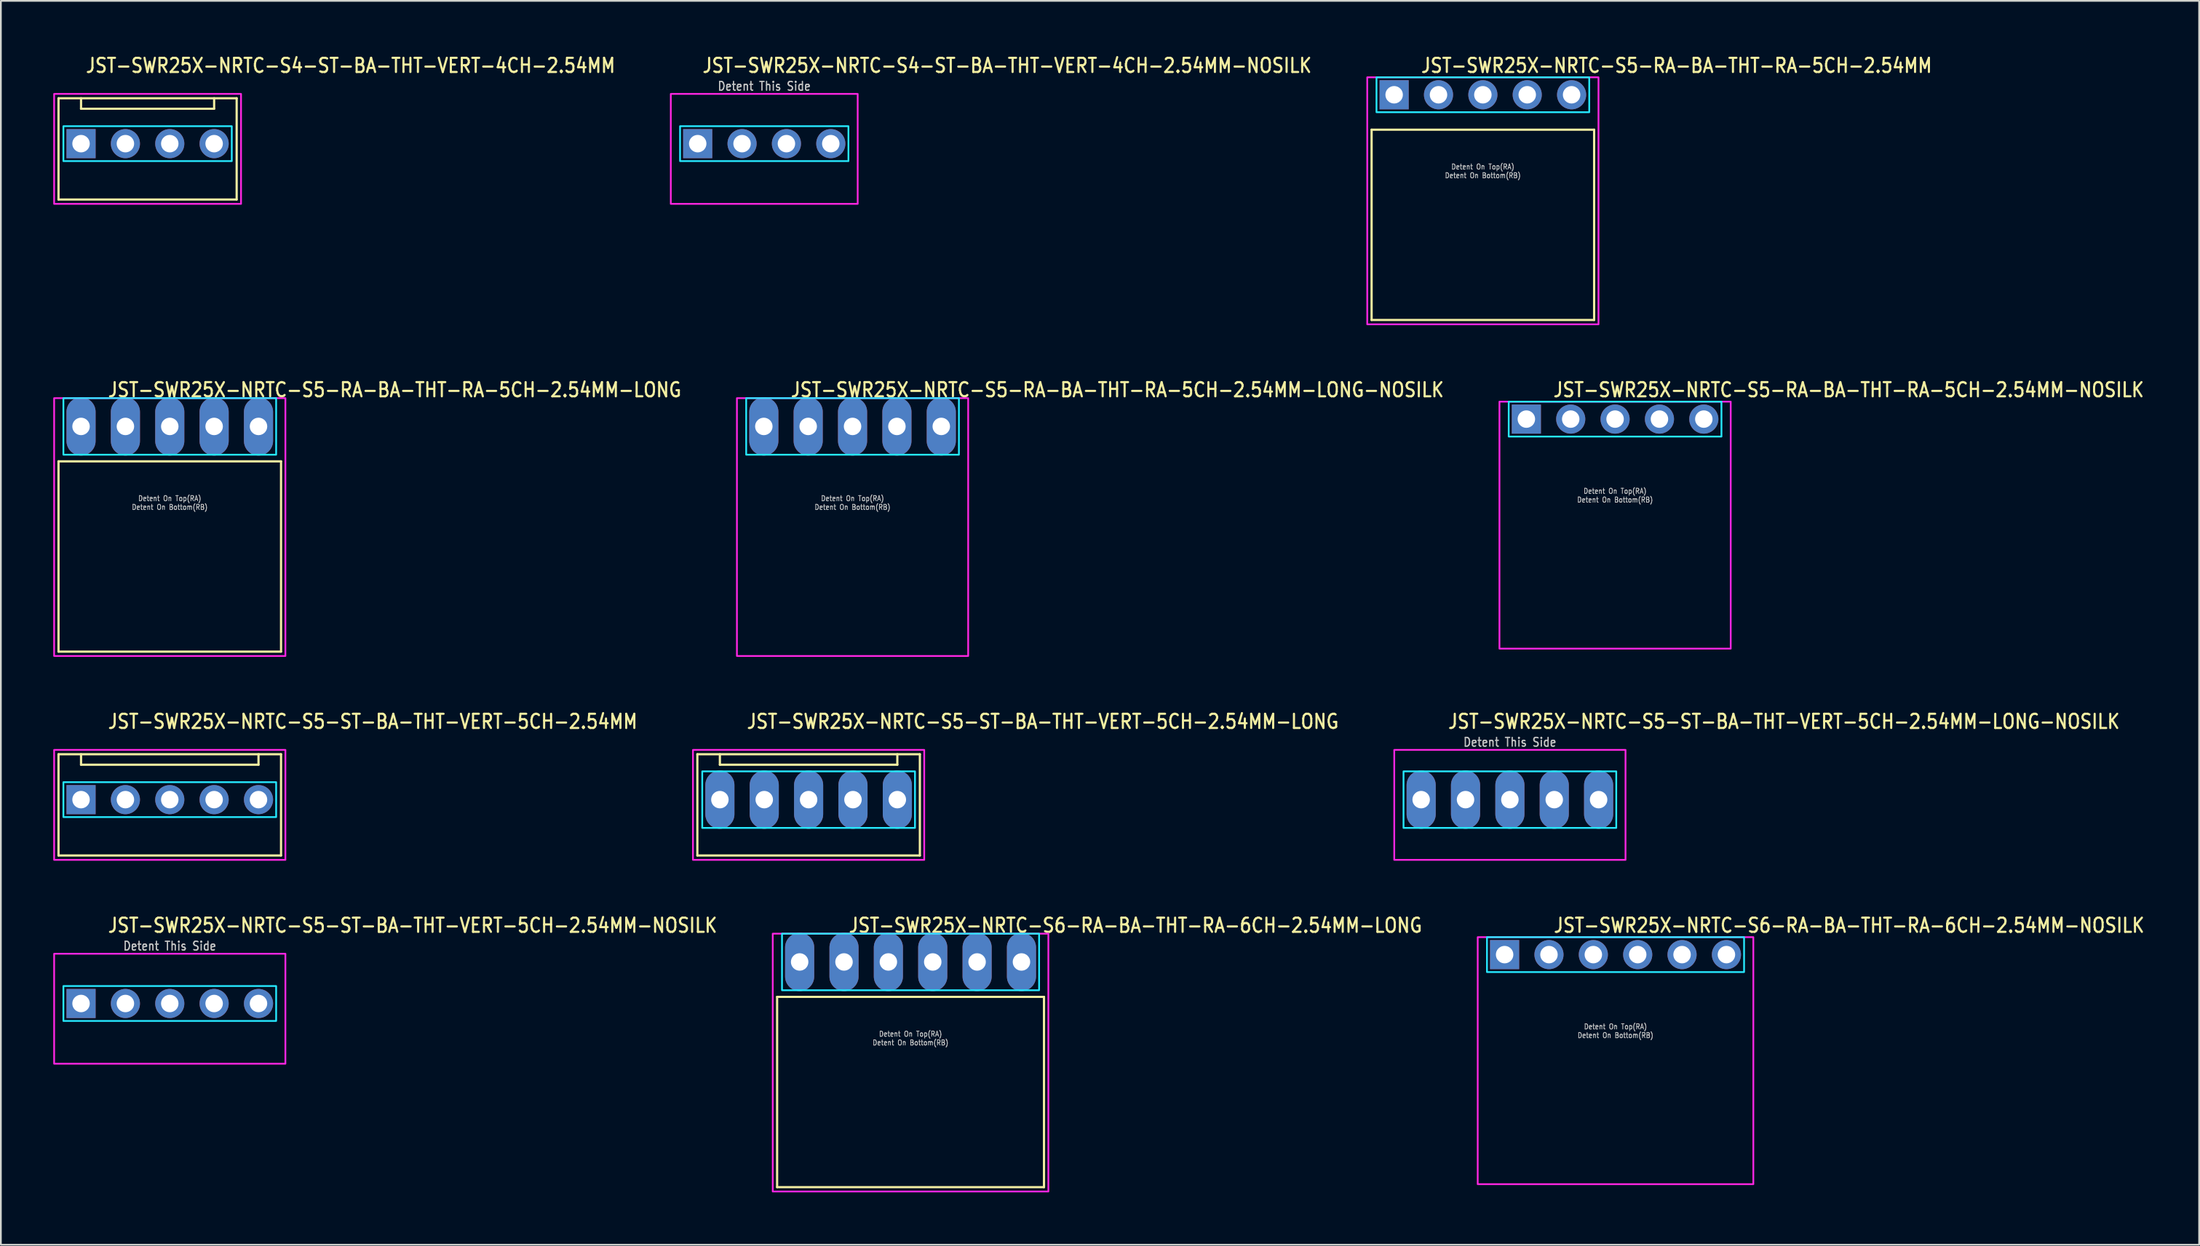
<source format=kicad_pcb>
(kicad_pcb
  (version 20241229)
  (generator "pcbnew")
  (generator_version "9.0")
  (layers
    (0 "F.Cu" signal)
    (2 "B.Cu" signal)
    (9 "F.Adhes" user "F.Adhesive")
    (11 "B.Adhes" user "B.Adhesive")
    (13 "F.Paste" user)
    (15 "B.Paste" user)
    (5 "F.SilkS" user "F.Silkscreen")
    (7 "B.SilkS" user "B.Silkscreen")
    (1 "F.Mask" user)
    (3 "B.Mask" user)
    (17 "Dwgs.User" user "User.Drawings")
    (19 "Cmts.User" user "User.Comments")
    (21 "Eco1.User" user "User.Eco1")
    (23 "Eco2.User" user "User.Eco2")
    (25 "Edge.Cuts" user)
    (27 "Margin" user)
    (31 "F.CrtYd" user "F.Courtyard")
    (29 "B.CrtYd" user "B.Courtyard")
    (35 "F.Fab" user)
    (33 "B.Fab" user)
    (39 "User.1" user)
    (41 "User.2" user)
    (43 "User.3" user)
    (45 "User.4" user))
  (footprint "JST-SWR25X-NRTC-S5-RA-BA-THT-RA-5CH-2.54MM-LONG"
    (layer "F.Cu")
    (at 6.67 21.377)
    (property "Reference" "JST-SWR25X-NRTC-S5-RA-BA-THT-RA-5CH-2.54MM-LONG" (at -3.6 -1.62 0) (unlocked yes) (layer "F.SilkS") (effects (font (size 0.813 0.695) (thickness 0.122)) (justify left bottom)))
    (fp_line (start -6.37 2) (end 6.37 2) (stroke (width 0.127) (type solid)) (layer "F.SilkS"))
    (fp_line (start -6.37 12.9) (end -6.37 2) (stroke (width 0.127) (type solid)) (layer "F.SilkS"))
    (fp_line (start -6.37 12.9) (end 6.37 12.9) (stroke (width 0.127) (type solid)) (layer "F.SilkS"))
    (fp_line (start 6.37 2) (end 6.37 12.9) (stroke (width 0.127) (type solid)) (layer "F.SilkS"))
    (fp_poly (pts (xy -6.09 -1.62) (xy -6.09 1.62) (xy 6.09 1.62) (xy 6.09 -1.62)) (stroke (width 0.1) (type solid)) (fill no) (layer "B.CrtYd"))
    (fp_poly (pts (xy -6.62 -1.62) (xy -6.62 13.15) (xy 6.62 13.15) (xy 6.62 -1.62)) (stroke (width 0.1) (type solid)) (fill no) (layer "F.CrtYd"))
    (fp_text user "Detent On Bottom(RB)" (at 0 4.8 0) (unlocked yes) (layer "Dwgs.User") (effects (font (size 0.3 0.257) (thickness 0.045)) (justify bottom)))
    (fp_text user "Detent On Top(RA)" (at 0 4.3 0) (unlocked yes) (layer "Dwgs.User") (effects (font (size 0.3 0.257) (thickness 0.045)) (justify bottom)))
    (pad "P$1" thru_hole oval (at -5.08 0 90) (size 3.333 1.667) (drill 1) (layers "*.Cu" "*.Mask"))
    (pad "P$2" thru_hole oval (at -2.54 0 90) (size 3.333 1.667) (drill 1) (layers "*.Cu" "*.Mask"))
    (pad "P$3" thru_hole oval (at 0 0 90) (size 3.333 1.667) (drill 1) (layers "*.Cu" "*.Mask"))
    (pad "P$4" thru_hole oval (at 2.54 0 90) (size 3.333 1.667) (drill 1) (layers "*.Cu" "*.Mask"))
    (pad "P$5" thru_hole oval (at 5.08 0 90) (size 3.333 1.667) (drill 1) (layers "*.Cu" "*.Mask")))
  (footprint "JST-SWR25X-NRTC-S5-RA-BA-THT-RA-5CH-2.54MM"
    (layer "F.Cu")
    (at 81.85 2.379)
    (property "Reference" "JST-SWR25X-NRTC-S5-RA-BA-THT-RA-5CH-2.54MM" (at -3.6 -1.2 0) (unlocked yes) (layer "F.SilkS") (effects (font (size 0.813 0.695) (thickness 0.122)) (justify left bottom)))
    (fp_line (start -6.37 2) (end 6.37 2) (stroke (width 0.127) (type solid)) (layer "F.SilkS"))
    (fp_line (start -6.37 12.9) (end -6.37 2) (stroke (width 0.127) (type solid)) (layer "F.SilkS"))
    (fp_line (start -6.37 12.9) (end 6.37 12.9) (stroke (width 0.127) (type solid)) (layer "F.SilkS"))
    (fp_line (start 6.37 2) (end 6.37 12.9) (stroke (width 0.127) (type solid)) (layer "F.SilkS"))
    (fp_poly (pts (xy -6.09 -1) (xy -6.09 1) (xy 6.09 1) (xy 6.09 -1)) (stroke (width 0.1) (type solid)) (fill no) (layer "B.CrtYd"))
    (fp_poly (pts (xy -6.62 -1) (xy -6.62 13.15) (xy 6.62 13.15) (xy 6.62 -1)) (stroke (width 0.1) (type solid)) (fill no) (layer "F.CrtYd"))
    (fp_text user "Detent On Top(RA)" (at 0 4.3 0) (unlocked yes) (layer "Dwgs.User") (effects (font (size 0.3 0.257) (thickness 0.045)) (justify bottom)))
    (fp_text user "Detent On Bottom(RB)" (at 0 4.8 0) (unlocked yes) (layer "Dwgs.User") (effects (font (size 0.3 0.257) (thickness 0.045)) (justify bottom)))
    (pad "P$1" thru_hole rect (at -5.08 0) (size 1.667 1.667) (drill 1) (layers "*.Cu" "*.Mask"))
    (pad "P$2" thru_hole oval (at -2.54 0) (size 1.667 1.667) (drill 1) (layers "*.Cu" "*.Mask"))
    (pad "P$3" thru_hole oval (at 0 0) (size 1.667 1.667) (drill 1) (layers "*.Cu" "*.Mask"))
    (pad "P$4" thru_hole oval (at 2.54 0) (size 1.667 1.667) (drill 1) (layers "*.Cu" "*.Mask"))
    (pad "P$5" thru_hole oval (at 5.08 0) (size 1.667 1.667) (drill 1) (layers "*.Cu" "*.Mask")))
  (footprint "JST-SWR25X-NRTC-S5-RA-BA-THT-RA-5CH-2.54MM-NOSILK"
    (layer "F.Cu")
    (at 89.42 20.957)
    (property "Reference" "JST-SWR25X-NRTC-S5-RA-BA-THT-RA-5CH-2.54MM-NOSILK" (at -3.6 -1.2 0) (unlocked yes) (layer "F.SilkS") (effects (font (size 0.813 0.695) (thickness 0.122)) (justify left bottom)))
    (fp_poly (pts (xy -6.09 -1) (xy -6.09 1) (xy 6.09 1) (xy 6.09 -1)) (stroke (width 0.1) (type solid)) (fill no) (layer "B.CrtYd"))
    (fp_poly (pts (xy -6.62 -1) (xy -6.62 13.15) (xy 6.62 13.15) (xy 6.62 -1)) (stroke (width 0.1) (type solid)) (fill no) (layer "F.CrtYd"))
    (fp_text user "Detent On Top(RA)" (at 0 4.3 0) (unlocked yes) (layer "Dwgs.User") (effects (font (size 0.3 0.257) (thickness 0.045)) (justify bottom)))
    (fp_text user "Detent On Bottom(RB)" (at 0 4.8 0) (unlocked yes) (layer "Dwgs.User") (effects (font (size 0.3 0.257) (thickness 0.045)) (justify bottom)))
    (pad "1" thru_hole rect (at -5.08 0) (size 1.667 1.667) (drill 1) (layers "*.Cu" "*.Mask"))
    (pad "2" thru_hole oval (at -2.54 0) (size 1.667 1.667) (drill 1) (layers "*.Cu" "*.Mask"))
    (pad "3" thru_hole oval (at 0 0) (size 1.667 1.667) (drill 1) (layers "*.Cu" "*.Mask"))
    (pad "4" thru_hole oval (at 2.54 0) (size 1.667 1.667) (drill 1) (layers "*.Cu" "*.Mask"))
    (pad "5" thru_hole oval (at 5.08 0) (size 1.667 1.667) (drill 1) (layers "*.Cu" "*.Mask")))
  (footprint "JST-SWR25X-NRTC-S5-ST-BA-THT-VERT-5CH-2.54MM-LONG"
    (layer "F.Cu")
    (at 43.246 42.756)
    (property "Reference" "JST-SWR25X-NRTC-S5-ST-BA-THT-VERT-5CH-2.54MM-LONG" (at -3.6 -4 0) (unlocked yes) (layer "F.SilkS") (effects (font (size 0.813 0.695) (thickness 0.122)) (justify left bottom)))
    (fp_line (start -6.37 -2.6) (end 6.37 -2.6) (stroke (width 0.127) (type solid)) (layer "F.SilkS"))
    (fp_line (start -6.37 3.2) (end -6.37 -2.6) (stroke (width 0.127) (type solid)) (layer "F.SilkS"))
    (fp_line (start -6.37 3.2) (end 6.37 3.2) (stroke (width 0.127) (type solid)) (layer "F.SilkS"))
    (fp_line (start -5.08 -2.6) (end -5.08 -2) (stroke (width 0.127) (type solid)) (layer "F.SilkS"))
    (fp_line (start -5.08 -2) (end 5.08 -2) (stroke (width 0.127) (type solid)) (layer "F.SilkS"))
    (fp_line (start 5.08 -2.6) (end 5.08 -2) (stroke (width 0.127) (type solid)) (layer "F.SilkS"))
    (fp_line (start 6.37 -2.6) (end 6.37 3.2) (stroke (width 0.127) (type solid)) (layer "F.SilkS"))
    (fp_poly (pts (xy -6.09 -1.62) (xy -6.09 1.62) (xy 6.09 1.62) (xy 6.09 -1.62)) (stroke (width 0.1) (type solid)) (fill no) (layer "B.CrtYd"))
    (fp_poly (pts (xy -6.62 -2.85) (xy -6.62 3.45) (xy 6.62 3.45) (xy 6.62 -2.85)) (stroke (width 0.1) (type solid)) (fill no) (layer "F.CrtYd"))
    (pad "P$1" thru_hole oval (at -5.08 0 90) (size 3.333 1.667) (drill 1) (layers "*.Cu" "*.Mask"))
    (pad "P$2" thru_hole oval (at -2.54 0 90) (size 3.333 1.667) (drill 1) (layers "*.Cu" "*.Mask"))
    (pad "P$3" thru_hole oval (at 0 0 90) (size 3.333 1.667) (drill 1) (layers "*.Cu" "*.Mask"))
    (pad "P$4" thru_hole oval (at 2.54 0 90) (size 3.333 1.667) (drill 1) (layers "*.Cu" "*.Mask"))
    (pad "P$5" thru_hole oval (at 5.08 0 90) (size 3.333 1.667) (drill 1) (layers "*.Cu" "*.Mask")))
  (footprint "JST-SWR25X-NRTC-S5-ST-BA-THT-VERT-5CH-2.54MM"
    (layer "F.Cu")
    (at 6.67 42.756)
    (property "Reference" "JST-SWR25X-NRTC-S5-ST-BA-THT-VERT-5CH-2.54MM" (at -3.6 -4 0) (unlocked yes) (layer "F.SilkS") (effects (font (size 0.813 0.695) (thickness 0.122)) (justify left bottom)))
    (fp_line (start -6.37 -2.6) (end 6.37 -2.6) (stroke (width 0.127) (type solid)) (layer "F.SilkS"))
    (fp_line (start -6.37 3.2) (end -6.37 -2.6) (stroke (width 0.127) (type solid)) (layer "F.SilkS"))
    (fp_line (start -6.37 3.2) (end 6.37 3.2) (stroke (width 0.127) (type solid)) (layer "F.SilkS"))
    (fp_line (start -5.08 -2.6) (end -5.08 -2) (stroke (width 0.127) (type solid)) (layer "F.SilkS"))
    (fp_line (start -5.08 -2) (end 5.08 -2) (stroke (width 0.127) (type solid)) (layer "F.SilkS"))
    (fp_line (start 5.08 -2.6) (end 5.08 -2) (stroke (width 0.127) (type solid)) (layer "F.SilkS"))
    (fp_line (start 6.37 -2.6) (end 6.37 3.2) (stroke (width 0.127) (type solid)) (layer "F.SilkS"))
    (fp_poly (pts (xy -6.09 -1) (xy -6.09 1) (xy 6.09 1) (xy 6.09 -1)) (stroke (width 0.1) (type solid)) (fill no) (layer "B.CrtYd"))
    (fp_poly (pts (xy -6.62 -2.85) (xy -6.62 3.45) (xy 6.62 3.45) (xy 6.62 -2.85)) (stroke (width 0.1) (type solid)) (fill no) (layer "F.CrtYd"))
    (pad "1" thru_hole rect (at -5.08 0) (size 1.667 1.667) (drill 1) (layers "*.Cu" "*.Mask"))
    (pad "2" thru_hole oval (at -2.54 0) (size 1.667 1.667) (drill 1) (layers "*.Cu" "*.Mask"))
    (pad "3" thru_hole oval (at 0 0) (size 1.667 1.667) (drill 1) (layers "*.Cu" "*.Mask"))
    (pad "4" thru_hole oval (at 2.54 0) (size 1.667 1.667) (drill 1) (layers "*.Cu" "*.Mask"))
    (pad "5" thru_hole oval (at 5.08 0) (size 1.667 1.667) (drill 1) (layers "*.Cu" "*.Mask")))
  (footprint "JST-SWR25X-NRTC-S4-ST-BA-THT-VERT-4CH-2.54MM"
    (layer "F.Cu")
    (at 5.4 5.179)
    (property "Reference" "JST-SWR25X-NRTC-S4-ST-BA-THT-VERT-4CH-2.54MM" (at -3.6 -4 0) (unlocked yes) (layer "F.SilkS") (effects (font (size 0.813 0.695) (thickness 0.122)) (justify left bottom)))
    (fp_line (start -5.1 -2.6) (end 5.1 -2.6) (stroke (width 0.127) (type solid)) (layer "F.SilkS"))
    (fp_line (start -5.1 3.2) (end -5.1 -2.6) (stroke (width 0.127) (type solid)) (layer "F.SilkS"))
    (fp_line (start -5.1 3.2) (end 5.1 3.2) (stroke (width 0.127) (type solid)) (layer "F.SilkS"))
    (fp_line (start -3.81 -2.6) (end -3.81 -2) (stroke (width 0.127) (type solid)) (layer "F.SilkS"))
    (fp_line (start -3.81 -2) (end 3.81 -2) (stroke (width 0.127) (type solid)) (layer "F.SilkS"))
    (fp_line (start 3.81 -2.6) (end 3.81 -2) (stroke (width 0.127) (type solid)) (layer "F.SilkS"))
    (fp_line (start 5.1 -2.6) (end 5.1 3.2) (stroke (width 0.127) (type solid)) (layer "F.SilkS"))
    (fp_poly (pts (xy -4.82 -1) (xy -4.82 1) (xy 4.82 1) (xy 4.82 -1)) (stroke (width 0.1) (type solid)) (fill no) (layer "B.CrtYd"))
    (fp_poly (pts (xy -5.35 -2.85) (xy -5.35 3.45) (xy 5.35 3.45) (xy 5.35 -2.85)) (stroke (width 0.1) (type solid)) (fill no) (layer "F.CrtYd"))
    (pad "1" thru_hole rect (at -3.81 0) (size 1.667 1.667) (drill 1) (layers "*.Cu" "*.Mask"))
    (pad "2" thru_hole oval (at -1.27 0) (size 1.667 1.667) (drill 1) (layers "*.Cu" "*.Mask"))
    (pad "3" thru_hole oval (at 1.27 0) (size 1.667 1.667) (drill 1) (layers "*.Cu" "*.Mask"))
    (pad "4" thru_hole oval (at 3.81 0) (size 1.667 1.667) (drill 1) (layers "*.Cu" "*.Mask")))
  (footprint "JST-SWR25X-NRTC-S4-ST-BA-THT-VERT-4CH-2.54MM-NOSILK"
    (layer "F.Cu")
    (at 40.706 5.179)
    (property "Reference" "JST-SWR25X-NRTC-S4-ST-BA-THT-VERT-4CH-2.54MM-NOSILK" (at -3.6 -4 0) (unlocked yes) (layer "F.SilkS") (effects (font (size 0.813 0.695) (thickness 0.122)) (justify left bottom)))
    (fp_poly (pts (xy -4.82 -1) (xy -4.82 1) (xy 4.82 1) (xy 4.82 -1)) (stroke (width 0.1) (type solid)) (fill no) (layer "B.CrtYd"))
    (fp_poly (pts (xy -5.35 -2.85) (xy -5.35 3.45) (xy 5.35 3.45) (xy 5.35 -2.85)) (stroke (width 0.1) (type solid)) (fill no) (layer "F.CrtYd"))
    (fp_text user "Detent This Side" (at 0 -3 0) (unlocked yes) (layer "Dwgs.User") (effects (font (size 0.5 0.427) (thickness 0.075)) (justify bottom)))
    (pad "1" thru_hole rect (at -3.81 0) (size 1.667 1.667) (drill 1) (layers "*.Cu" "*.Mask"))
    (pad "2" thru_hole oval (at -1.27 0) (size 1.667 1.667) (drill 1) (layers "*.Cu" "*.Mask"))
    (pad "3" thru_hole oval (at 1.27 0) (size 1.667 1.667) (drill 1) (layers "*.Cu" "*.Mask"))
    (pad "4" thru_hole oval (at 3.81 0) (size 1.667 1.667) (drill 1) (layers "*.Cu" "*.Mask")))
  (footprint "JST-SWR25X-NRTC-S6-RA-BA-THT-RA-6CH-2.54MM-NOSILK"
    (layer "F.Cu")
    (at 89.445 51.634)
    (property "Reference" "JST-SWR25X-NRTC-S6-RA-BA-THT-RA-6CH-2.54MM-NOSILK" (at -3.6 -1.2 0) (unlocked yes) (layer "F.SilkS") (effects (font (size 0.813 0.695) (thickness 0.122)) (justify left bottom)))
    (fp_poly (pts (xy -7.36 -1) (xy -7.36 1) (xy 7.36 1) (xy 7.36 -1)) (stroke (width 0.1) (type solid)) (fill no) (layer "B.CrtYd"))
    (fp_poly (pts (xy -7.89 -1) (xy -7.89 13.15) (xy 7.89 13.15) (xy 7.89 -1)) (stroke (width 0.1) (type solid)) (fill no) (layer "F.CrtYd"))
    (fp_text user "Detent On Bottom(RB)" (at 0 4.8 0) (unlocked yes) (layer "Dwgs.User") (effects (font (size 0.3 0.257) (thickness 0.045)) (justify bottom)))
    (fp_text user "Detent On Top(RA)" (at 0 4.3 0) (unlocked yes) (layer "Dwgs.User") (effects (font (size 0.3 0.257) (thickness 0.045)) (justify bottom)))
    (pad "1" thru_hole rect (at -6.35 0) (size 1.667 1.667) (drill 1) (layers "*.Cu" "*.Mask"))
    (pad "2" thru_hole oval (at -3.81 0) (size 1.667 1.667) (drill 1) (layers "*.Cu" "*.Mask"))
    (pad "3" thru_hole oval (at -1.27 0) (size 1.667 1.667) (drill 1) (layers "*.Cu" "*.Mask"))
    (pad "4" thru_hole oval (at 1.27 0) (size 1.667 1.667) (drill 1) (layers "*.Cu" "*.Mask"))
    (pad "5" thru_hole oval (at 3.81 0) (size 1.667 1.667) (drill 1) (layers "*.Cu" "*.Mask"))
    (pad "6" thru_hole oval (at 6.35 0) (size 1.667 1.667) (drill 1) (layers "*.Cu" "*.Mask")))
  (footprint "JST-SWR25X-NRTC-S5-RA-BA-THT-RA-5CH-2.54MM-LONG-NOSILK"
    (layer "F.Cu")
    (at 45.762 21.377)
    (property "Reference" "JST-SWR25X-NRTC-S5-RA-BA-THT-RA-5CH-2.54MM-LONG-NOSILK" (at -3.6 -1.62 0) (unlocked yes) (layer "F.SilkS") (effects (font (size 0.813 0.695) (thickness 0.122)) (justify left bottom)))
    (fp_poly (pts (xy -6.09 -1.62) (xy -6.09 1.62) (xy 6.09 1.62) (xy 6.09 -1.62)) (stroke (width 0.1) (type solid)) (fill no) (layer "B.CrtYd"))
    (fp_poly (pts (xy -6.62 -1.62) (xy -6.62 13.15) (xy 6.62 13.15) (xy 6.62 -1.62)) (stroke (width 0.1) (type solid)) (fill no) (layer "F.CrtYd"))
    (fp_text user "Detent On Bottom(RB)" (at 0 4.8 0) (unlocked yes) (layer "Dwgs.User") (effects (font (size 0.3 0.257) (thickness 0.045)) (justify bottom)))
    (fp_text user "Detent On Top(RA)" (at 0 4.3 0) (unlocked yes) (layer "Dwgs.User") (effects (font (size 0.3 0.257) (thickness 0.045)) (justify bottom)))
    (pad "1" thru_hole oval (at -5.08 0 90) (size 3.333 1.667) (drill 1) (layers "*.Cu" "*.Mask"))
    (pad "2" thru_hole oval (at -2.54 0 90) (size 3.333 1.667) (drill 1) (layers "*.Cu" "*.Mask"))
    (pad "3" thru_hole oval (at 0 0 90) (size 3.333 1.667) (drill 1) (layers "*.Cu" "*.Mask"))
    (pad "4" thru_hole oval (at 2.54 0 90) (size 3.333 1.667) (drill 1) (layers "*.Cu" "*.Mask"))
    (pad "5" thru_hole oval (at 5.08 0 90) (size 3.333 1.667) (drill 1) (layers "*.Cu" "*.Mask")))
  (footprint "JST-SWR25X-NRTC-S5-ST-BA-THT-VERT-5CH-2.54MM-NOSILK"
    (layer "F.Cu")
    (at 6.67 54.434)
    (property "Reference" "JST-SWR25X-NRTC-S5-ST-BA-THT-VERT-5CH-2.54MM-NOSILK" (at -3.6 -4 0) (unlocked yes) (layer "F.SilkS") (effects (font (size 0.813 0.695) (thickness 0.122)) (justify left bottom)))
    (fp_poly (pts (xy -6.09 -1) (xy -6.09 1) (xy 6.09 1) (xy 6.09 -1)) (stroke (width 0.1) (type solid)) (fill no) (layer "B.CrtYd"))
    (fp_poly (pts (xy -6.62 -2.85) (xy -6.62 3.45) (xy 6.62 3.45) (xy 6.62 -2.85)) (stroke (width 0.1) (type solid)) (fill no) (layer "F.CrtYd"))
    (fp_text user "Detent This Side" (at 0 -3 0) (unlocked yes) (layer "Dwgs.User") (effects (font (size 0.5 0.427) (thickness 0.075)) (justify bottom)))
    (pad "1" thru_hole rect (at -5.08 0) (size 1.667 1.667) (drill 1) (layers "*.Cu" "*.Mask"))
    (pad "2" thru_hole oval (at -2.54 0) (size 1.667 1.667) (drill 1) (layers "*.Cu" "*.Mask"))
    (pad "3" thru_hole oval (at 0 0) (size 1.667 1.667) (drill 1) (layers "*.Cu" "*.Mask"))
    (pad "4" thru_hole oval (at 2.54 0) (size 1.667 1.667) (drill 1) (layers "*.Cu" "*.Mask"))
    (pad "5" thru_hole oval (at 5.08 0) (size 1.667 1.667) (drill 1) (layers "*.Cu" "*.Mask")))
  (footprint "JST-SWR25X-NRTC-S5-ST-BA-THT-VERT-5CH-2.54MM-LONG-NOSILK"
    (layer "F.Cu")
    (at 83.397 42.756)
    (property "Reference" "JST-SWR25X-NRTC-S5-ST-BA-THT-VERT-5CH-2.54MM-LONG-NOSILK" (at -3.6 -4 0) (unlocked yes) (layer "F.SilkS") (effects (font (size 0.813 0.695) (thickness 0.122)) (justify left bottom)))
    (fp_poly (pts (xy -6.09 -1.62) (xy -6.09 1.62) (xy 6.09 1.62) (xy 6.09 -1.62)) (stroke (width 0.1) (type solid)) (fill no) (layer "B.CrtYd"))
    (fp_poly (pts (xy -6.62 -2.85) (xy -6.62 3.45) (xy 6.62 3.45) (xy 6.62 -2.85)) (stroke (width 0.1) (type solid)) (fill no) (layer "F.CrtYd"))
    (fp_text user "Detent This Side" (at 0 -3 0) (unlocked yes) (layer "Dwgs.User") (effects (font (size 0.5 0.427) (thickness 0.075)) (justify bottom)))
    (pad "1" thru_hole oval (at -5.08 0 90) (size 3.333 1.667) (drill 1) (layers "*.Cu" "*.Mask"))
    (pad "2" thru_hole oval (at -2.54 0 90) (size 3.333 1.667) (drill 1) (layers "*.Cu" "*.Mask"))
    (pad "3" thru_hole oval (at 0 0 90) (size 3.333 1.667) (drill 1) (layers "*.Cu" "*.Mask"))
    (pad "4" thru_hole oval (at 2.54 0 90) (size 3.333 1.667) (drill 1) (layers "*.Cu" "*.Mask"))
    (pad "5" thru_hole oval (at 5.08 0 90) (size 3.333 1.667) (drill 1) (layers "*.Cu" "*.Mask")))
  (footprint "JST-SWR25X-NRTC-S6-RA-BA-THT-RA-6CH-2.54MM-LONG"
    (layer "F.Cu")
    (at 49.083 52.054)
    (property "Reference" "JST-SWR25X-NRTC-S6-RA-BA-THT-RA-6CH-2.54MM-LONG" (at -3.6 -1.62 0) (unlocked yes) (layer "F.SilkS") (effects (font (size 0.813 0.695) (thickness 0.122)) (justify left bottom)))
    (fp_line (start -7.64 2) (end 7.64 2) (stroke (width 0.127) (type solid)) (layer "F.SilkS"))
    (fp_line (start -7.64 12.9) (end -7.64 2) (stroke (width 0.127) (type solid)) (layer "F.SilkS"))
    (fp_line (start -7.64 12.9) (end 7.64 12.9) (stroke (width 0.127) (type solid)) (layer "F.SilkS"))
    (fp_line (start 7.64 2) (end 7.64 12.9) (stroke (width 0.127) (type solid)) (layer "F.SilkS"))
    (fp_poly (pts (xy -7.36 -1.62) (xy -7.36 1.62) (xy 7.36 1.62) (xy 7.36 -1.62)) (stroke (width 0.1) (type solid)) (fill no) (layer "B.CrtYd"))
    (fp_poly (pts (xy -7.89 -1.62) (xy -7.89 13.15) (xy 7.89 13.15) (xy 7.89 -1.62)) (stroke (width 0.1) (type solid)) (fill no) (layer "F.CrtYd"))
    (fp_text user "Detent On Top(RA)" (at 0 4.3 0) (unlocked yes) (layer "Dwgs.User") (effects (font (size 0.3 0.257) (thickness 0.045)) (justify bottom)))
    (fp_text user "Detent On Bottom(RB)" (at 0 4.8 0) (unlocked yes) (layer "Dwgs.User") (effects (font (size 0.3 0.257) (thickness 0.045)) (justify bottom)))
    (pad "1" thru_hole oval (at -6.35 0 90) (size 3.333 1.667) (drill 1) (layers "*.Cu" "*.Mask"))
    (pad "2" thru_hole oval (at -3.81 0 90) (size 3.333 1.667) (drill 1) (layers "*.Cu" "*.Mask"))
    (pad "3" thru_hole oval (at -1.27 0 90) (size 3.333 1.667) (drill 1) (layers "*.Cu" "*.Mask"))
    (pad "4" thru_hole oval (at 1.27 0 90) (size 3.333 1.667) (drill 1) (layers "*.Cu" "*.Mask"))
    (pad "5" thru_hole oval (at 3.81 0 90) (size 3.333 1.667) (drill 1) (layers "*.Cu" "*.Mask"))
    (pad "6" thru_hole oval (at 6.35 0 90) (size 3.333 1.667) (drill 1) (layers "*.Cu" "*.Mask")))
  (gr_rect
    (start -3 -3)
    (end 122.859 68.254)
    (stroke (width 0.1) (type default))
    (fill no)
    (layer "Edge.Cuts")))
</source>
